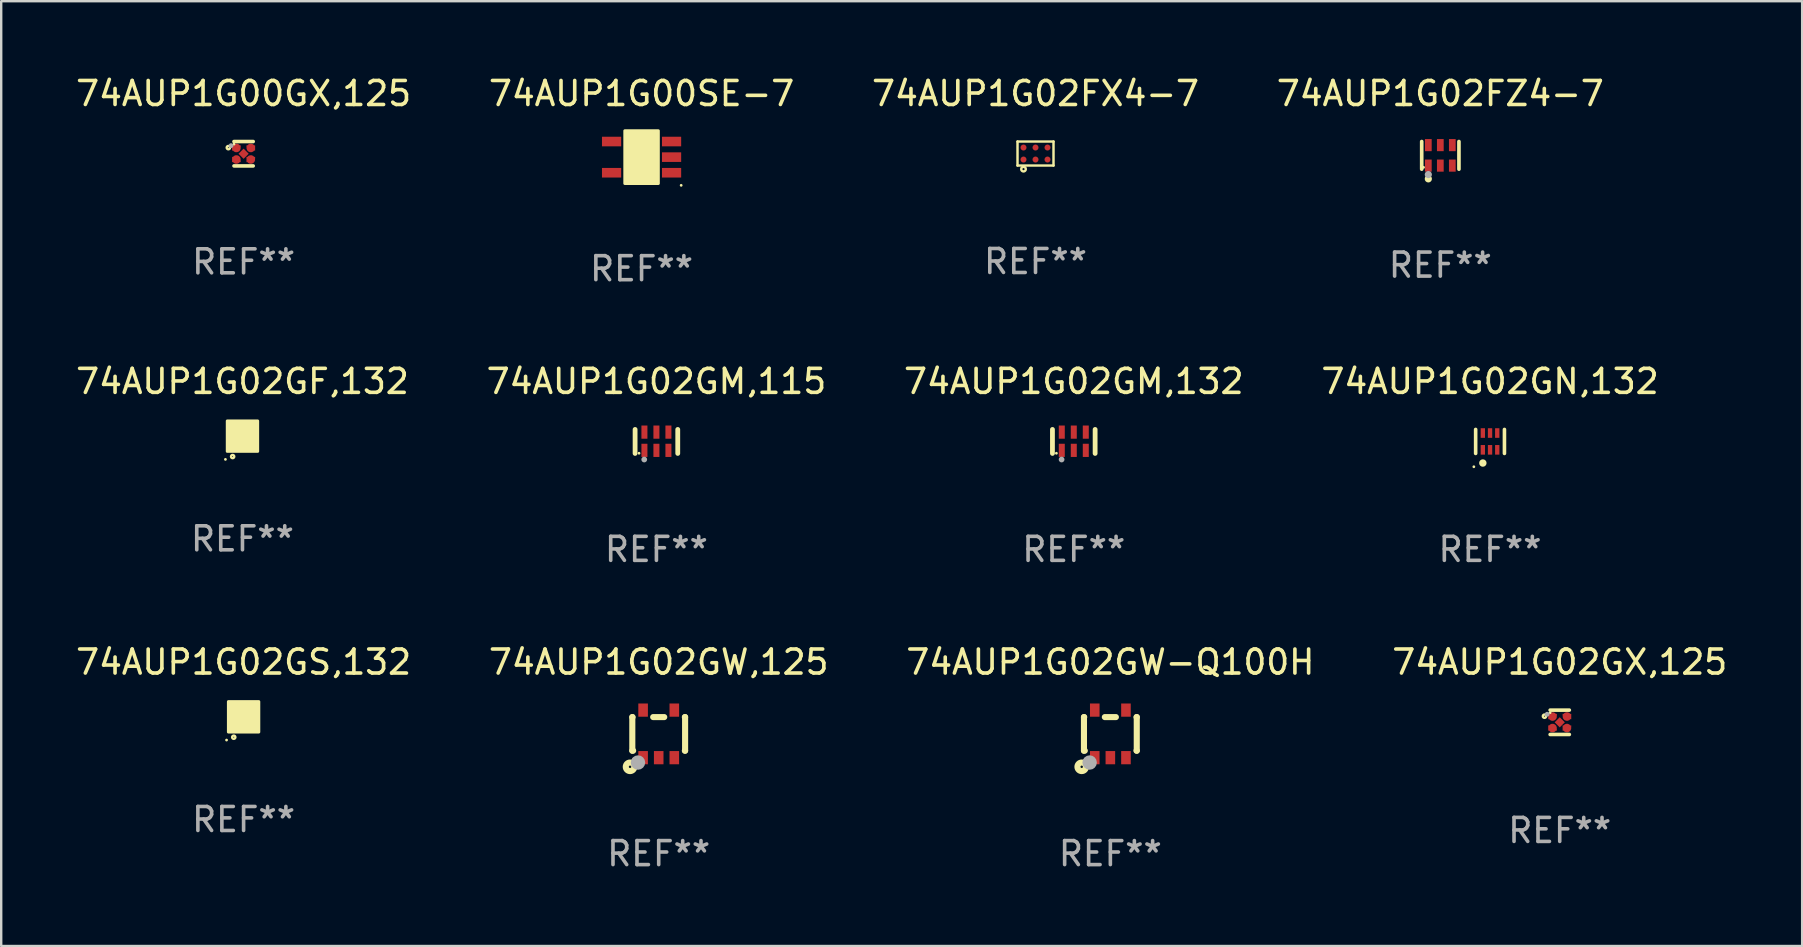
<source format=kicad_pcb>
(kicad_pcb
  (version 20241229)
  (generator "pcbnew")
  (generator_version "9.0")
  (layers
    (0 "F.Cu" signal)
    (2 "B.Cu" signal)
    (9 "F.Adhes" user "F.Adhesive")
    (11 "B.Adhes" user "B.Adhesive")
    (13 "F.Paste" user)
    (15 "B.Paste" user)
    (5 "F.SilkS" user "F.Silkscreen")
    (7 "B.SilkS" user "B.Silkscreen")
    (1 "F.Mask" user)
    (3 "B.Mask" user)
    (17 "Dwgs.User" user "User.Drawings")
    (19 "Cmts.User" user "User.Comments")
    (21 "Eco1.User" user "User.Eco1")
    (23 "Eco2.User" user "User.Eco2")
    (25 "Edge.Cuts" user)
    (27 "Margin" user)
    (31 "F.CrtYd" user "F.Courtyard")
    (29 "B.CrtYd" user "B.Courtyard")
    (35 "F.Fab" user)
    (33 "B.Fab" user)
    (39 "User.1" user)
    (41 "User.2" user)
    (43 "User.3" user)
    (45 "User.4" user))
  (footprint "74AUP1G02GM,132"
    (layer "F.Cu")
    (at 41.696 15.345)
    (property "Reference" "74AUP1G02GM,132" (at 0 -2.5 0) (layer "F.SilkS") (effects (font (size 1 1) (thickness 0.15))))
    (attr through_hole)
    (fp_line (start -0.889 0.5) (end -0.889 -0.5) (stroke (width 0.2) (type solid)) (layer "F.SilkS"))
    (fp_line (start 0.889 0.5) (end 0.889 -0.5) (stroke (width 0.2) (type solid)) (layer "F.SilkS"))
    (fp_circle (center -0.725 0.492) (end -0.695 0.492) (stroke (width 0.06) (type solid)) (fill no) (layer "F.SilkS"))
    (fp_circle (center -0.508 0.754) (end -0.448 0.754) (stroke (width 0.12) (type solid)) (fill no) (layer "F.Fab"))
    (fp_text user "REF**" (at 0 4.5 0) (layer "F.Fab") (effects (font (size 1 1) (thickness 0.15))))
    (pad "1" smd rect (at -0.5 0.372) (size 0.25 0.55) (layers "F.Cu" "F.Mask" "F.Paste"))
    (pad "2" smd rect (at -0.000127 0.372) (size 0.25 0.55) (layers "F.Cu" "F.Mask" "F.Paste"))
    (pad "3" smd rect (at 0.5 0.372) (size 0.25 0.55) (layers "F.Cu" "F.Mask" "F.Paste"))
    (pad "4" smd rect (at 0.5 -0.388 180) (size 0.25 0.55) (layers "F.Cu" "F.Mask" "F.Paste"))
    (pad "5" smd rect (at -0.000127 -0.388 180) (size 0.25 0.55) (layers "F.Cu" "F.Mask" "F.Paste"))
    (pad "6" smd rect (at -0.5 -0.388 180) (size 0.25 0.55) (layers "F.Cu" "F.Mask" "F.Paste")))
  (footprint "74AUP1G02GF,132"
    (layer "F.Cu")
    (at 7.054 15.125)
    (property "Reference" "74AUP1G02GF,132" (at 0 -2.28 0) (layer "F.SilkS") (effects (font (size 1 1) (thickness 0.15))))
    (attr through_hole)
    (fp_circle (center -0.71 0.968) (end -0.68 0.968) (stroke (width 0.06) (type solid)) (fill no) (layer "F.SilkS"))
    (fp_circle (center -0.41 0.85) (end -0.342 0.85) (stroke (width 0.1) (type solid)) (fill no) (layer "F.SilkS"))
    (fp_poly (pts (xy -0.635 -0.635) (xy 0.635 -0.635) (xy 0.635 0.635) (xy -0.635 0.635)) (stroke (width 0.12) (type solid)) (fill yes) (layer "F.SilkS"))
    (fp_text user "REF**" (at 0 4.28 0) (layer "F.Fab") (effects (font (size 1 1) (thickness 0.15))))
    (pad "1" smd rect (at -0.35 0.28 90) (size 0.35 0.2) (layers "F.Cu" "F.Mask" "F.Paste"))
    (pad "2" smd rect (at 0 0.28 90) (size 0.35 0.2) (layers "F.Cu" "F.Mask" "F.Paste"))
    (pad "3" smd rect (at 0.35 0.28 90) (size 0.35 0.2) (layers "F.Cu" "F.Mask" "F.Paste"))
    (pad "4" smd rect (at 0.35 -0.28 90) (size 0.35 0.2) (layers "F.Cu" "F.Mask" "F.Paste"))
    (pad "5" smd rect (at 0 -0.28 90) (size 0.35 0.2) (layers "F.Cu" "F.Mask" "F.Paste"))
    (pad "6" smd rect (at -0.35 -0.28 90) (size 0.35 0.2) (layers "F.Cu" "F.Mask" "F.Paste")))
  (footprint "74AUP1G02GW-Q100H"
    (layer "F.Cu")
    (at 43.22 27.532)
    (property "Reference" "74AUP1G02GW-Q100H" (at 0 -2.991 0) (layer "F.SilkS") (effects (font (size 1 1) (thickness 0.15))))
    (attr through_hole)
    (fp_line (start -1.1 -0.7) (end -1.1 0.7) (stroke (width 0.254) (type solid)) (layer "F.SilkS"))
    (fp_line (start -1.1 -0.7) (end -1.09 -0.7) (stroke (width 0.254) (type solid)) (layer "F.SilkS"))
    (fp_line (start -1.1 0.7) (end -1.065 0.7) (stroke (width 0.254) (type solid)) (layer "F.SilkS"))
    (fp_line (start -0.23 -0.7) (end 0.23 -0.7) (stroke (width 0.254) (type solid)) (layer "F.SilkS"))
    (fp_line (start 1.09 -0.7) (end 1.1 -0.7) (stroke (width 0.254) (type solid)) (layer "F.SilkS"))
    (fp_line (start 1.09 0.7) (end 1.1 0.7) (stroke (width 0.254) (type solid)) (layer "F.SilkS"))
    (fp_line (start 1.1 -0.7) (end 1.1 0.7) (stroke (width 0.254) (type solid)) (layer "F.SilkS"))
    (fp_circle (center -1.194 1.372) (end -1.143 1.372) (stroke (width 0.254) (type solid)) (fill no) (layer "F.SilkS"))
    (fp_circle (center -1.05 1.063) (end -1.02 1.063) (stroke (width 0.06) (type solid)) (fill no) (layer "F.SilkS"))
    (fp_circle (center -0.864 1.194) (end -0.713 1.194) (stroke (width 0.3) (type solid)) (fill no) (layer "F.Fab"))
    (fp_text user "REF**" (at 0 4.991 0) (layer "F.Fab") (effects (font (size 1 1) (thickness 0.15))))
    (pad "1" smd rect (at -0.65 0.991 180) (size 0.399 0.551) (layers "F.Cu" "F.Mask" "F.Paste"))
    (pad "2" smd rect (at 0 0.991 180) (size 0.399 0.551) (layers "F.Cu" "F.Mask" "F.Paste"))
    (pad "3" smd rect (at 0.65 0.991 180) (size 0.399 0.551) (layers "F.Cu" "F.Mask" "F.Paste"))
    (pad "4" smd rect (at 0.65 -0.991 180) (size 0.399 0.551) (layers "F.Cu" "F.Mask" "F.Paste"))
    (pad "5" smd rect (at -0.65 -0.991 180) (size 0.399 0.551) (layers "F.Cu" "F.Mask" "F.Paste")))
  (footprint "74AUP1G00GX,125"
    (layer "F.Cu")
    (at 7.101 3.356)
    (property "Reference" "74AUP1G00GX,125" (at 0 -2.508 0) (layer "F.SilkS") (effects (font (size 1 1) (thickness 0.15))))
    (attr through_hole)
    (fp_line (start 0.4 -0.508) (end -0.4 -0.508) (stroke (width 0.15) (type solid)) (layer "F.SilkS"))
    (fp_line (start 0.4 0.508) (end -0.4 0.508) (stroke (width 0.15) (type solid)) (layer "F.SilkS"))
    (fp_circle (center -0.635 -0.254) (end -0.615 -0.254) (stroke (width 0.1) (type solid)) (fill no) (layer "F.SilkS"))
    (fp_circle (center -0.401 -0.4) (end -0.371 -0.4) (stroke (width 0.06) (type solid)) (fill no) (layer "F.SilkS"))
    (fp_circle (center -0.523 -0.337) (end -0.473 -0.337) (stroke (width 0.1) (type solid)) (fill no) (layer "F.Fab"))
    (fp_text user "REF**" (at 0 4.508 0) (layer "F.Fab") (effects (font (size 1 1) (thickness 0.15))))
    (pad "1" smd custom (at -0.3 -0.24) (size 0.36 0.22) (layers "F.Cu" "F.Mask" "F.Paste") (options (anchor circle)) (primitives (gr_poly (pts (xy -0.18 -0.11) (xy -0.18 0.11) (xy 0.000127 0.11) (xy 0.18 -0.03) (xy 0.18 -0.11) (xy -0.18 -0.11)) (width 0) (fill yes))))
    (pad "2" smd custom (at -0.3 0.24) (size 0.36 0.22) (layers "F.Cu" "F.Mask" "F.Paste") (options (anchor circle)) (primitives (gr_poly (pts (xy -0.18 0.11) (xy -0.18 -0.11) (xy 0.000127 -0.11) (xy 0.18 0.03) (xy 0.18 0.11) (xy -0.18 0.11)) (width 0) (fill yes))))
    (pad "3" smd rect (at 0.000102 -0.000127 45) (size 0.3 0.3) (layers "F.Cu" "F.Mask" "F.Paste"))
    (pad "4" smd custom (at 0.3 0.24 180) (size 0.36 0.22) (layers "F.Cu" "F.Mask" "F.Paste") (options (anchor circle)) (primitives (gr_poly (pts (xy 0.18 0.11) (xy 0.18 -0.11) (xy -0.000178 -0.11) (xy -0.18 0.03) (xy -0.18 0.11) (xy 0.18 0.11)) (width 0) (fill yes))))
    (pad "5" smd custom (at 0.3 -0.24) (size 0.36 0.22) (layers "F.Cu" "F.Mask" "F.Paste") (options (anchor circle)) (primitives (gr_poly (pts (xy 0.18 -0.11) (xy 0.18 0.11) (xy -0.000152 0.11) (xy -0.18 -0.03) (xy -0.18 -0.11) (xy 0.18 -0.11)) (width 0) (fill yes)))))
  (footprint "74AUP1G02GM,115"
    (layer "F.Cu")
    (at 24.304 15.345)
    (property "Reference" "74AUP1G02GM,115" (at 0 -2.5 0) (layer "F.SilkS") (effects (font (size 1 1) (thickness 0.15))))
    (attr through_hole)
    (fp_line (start -0.889 0.5) (end -0.889 -0.5) (stroke (width 0.2) (type solid)) (layer "F.SilkS"))
    (fp_line (start 0.889 0.5) (end 0.889 -0.5) (stroke (width 0.2) (type solid)) (layer "F.SilkS"))
    (fp_circle (center -0.725 0.492) (end -0.695 0.492) (stroke (width 0.06) (type solid)) (fill no) (layer "F.SilkS"))
    (fp_circle (center -0.508 0.754) (end -0.448 0.754) (stroke (width 0.12) (type solid)) (fill no) (layer "F.Fab"))
    (fp_text user "REF**" (at 0 4.5 0) (layer "F.Fab") (effects (font (size 1 1) (thickness 0.15))))
    (pad "1" smd rect (at -0.5 0.372) (size 0.25 0.55) (layers "F.Cu" "F.Mask" "F.Paste"))
    (pad "2" smd rect (at -0.000127 0.372) (size 0.25 0.55) (layers "F.Cu" "F.Mask" "F.Paste"))
    (pad "3" smd rect (at 0.5 0.372) (size 0.25 0.55) (layers "F.Cu" "F.Mask" "F.Paste"))
    (pad "4" smd rect (at 0.5 -0.388 180) (size 0.25 0.55) (layers "F.Cu" "F.Mask" "F.Paste"))
    (pad "5" smd rect (at -0.000127 -0.388 180) (size 0.25 0.55) (layers "F.Cu" "F.Mask" "F.Paste"))
    (pad "6" smd rect (at -0.5 -0.388 180) (size 0.25 0.55) (layers "F.Cu" "F.Mask" "F.Paste")))
  (footprint "74AUP1G02GS,132"
    (layer "F.Cu")
    (at 7.101 26.821)
    (property "Reference" "74AUP1G02GS,132" (at 0 -2.28 0) (layer "F.SilkS") (effects (font (size 1 1) (thickness 0.15))))
    (attr through_hole)
    (fp_circle (center -0.71 0.968) (end -0.68 0.968) (stroke (width 0.06) (type solid)) (fill no) (layer "F.SilkS"))
    (fp_circle (center -0.41 0.85) (end -0.342 0.85) (stroke (width 0.1) (type solid)) (fill no) (layer "F.SilkS"))
    (fp_poly (pts (xy -0.635 -0.635) (xy 0.635 -0.635) (xy 0.635 0.635) (xy -0.635 0.635)) (stroke (width 0.12) (type solid)) (fill yes) (layer "F.SilkS"))
    (fp_text user "REF**" (at 0 4.28 0) (layer "F.Fab") (effects (font (size 1 1) (thickness 0.15))))
    (pad "1" smd rect (at -0.35 0.28 90) (size 0.35 0.2) (layers "F.Cu" "F.Mask" "F.Paste"))
    (pad "2" smd rect (at 0 0.28 90) (size 0.35 0.2) (layers "F.Cu" "F.Mask" "F.Paste"))
    (pad "3" smd rect (at 0.35 0.28 90) (size 0.35 0.2) (layers "F.Cu" "F.Mask" "F.Paste"))
    (pad "4" smd rect (at 0.35 -0.28 90) (size 0.35 0.2) (layers "F.Cu" "F.Mask" "F.Paste"))
    (pad "5" smd rect (at 0 -0.28 90) (size 0.35 0.2) (layers "F.Cu" "F.Mask" "F.Paste"))
    (pad "6" smd rect (at -0.35 -0.28 90) (size 0.35 0.2) (layers "F.Cu" "F.Mask" "F.Paste")))
  (footprint "74AUP1G00SE-7"
    (layer "F.Cu")
    (at 23.685 3.498)
    (property "Reference" "74AUP1G00SE-7" (at 0 -2.65 0) (layer "F.SilkS") (effects (font (size 1 1) (thickness 0.15))))
    (attr through_hole)
    (fp_arc (start 0.381001 0.637541) (mid 0.380995 0.636271) (end 0.381001 0.635001) (stroke (width 0.24892) (type solid)) (layer "F.SilkS"))
    (fp_circle (center 1.65 1.175) (end 1.68 1.175) (stroke (width 0.06) (type solid)) (fill no) (layer "F.SilkS"))
    (fp_poly (pts (xy -0.7 -1.1) (xy 0.7 -1.1) (xy 0.7 1.1) (xy -0.7 1.1)) (stroke (width 0.12) (type solid)) (fill yes) (layer "F.SilkS"))
    (fp_text user "REF**" (at 0 4.65 0) (layer "F.Fab") (effects (font (size 1 1) (thickness 0.15))))
    (pad "1" smd rect (at 1.25 0.65 270) (size 0.4 0.8) (layers "F.Cu" "F.Mask" "F.Paste"))
    (pad "2" smd rect (at 1.25 0 270) (size 0.4 0.8) (layers "F.Cu" "F.Mask" "F.Paste"))
    (pad "3" smd rect (at 1.25 -0.65 270) (size 0.4 0.8) (layers "F.Cu" "F.Mask" "F.Paste"))
    (pad "4" smd rect (at -1.25 -0.65 270) (size 0.4 0.8) (layers "F.Cu" "F.Mask" "F.Paste"))
    (pad "5" smd rect (at -1.25 0.65 270) (size 0.4 0.8) (layers "F.Cu" "F.Mask" "F.Paste")))
  (footprint "74AUP1G02GX,125"
    (layer "F.Cu")
    (at 61.946 27.049)
    (property "Reference" "74AUP1G02GX,125" (at 0 -2.508 0) (layer "F.SilkS") (effects (font (size 1 1) (thickness 0.15))))
    (attr through_hole)
    (fp_line (start 0.4 -0.508) (end -0.4 -0.508) (stroke (width 0.15) (type solid)) (layer "F.SilkS"))
    (fp_line (start 0.4 0.508) (end -0.4 0.508) (stroke (width 0.15) (type solid)) (layer "F.SilkS"))
    (fp_circle (center -0.635 -0.254) (end -0.615 -0.254) (stroke (width 0.1) (type solid)) (fill no) (layer "F.SilkS"))
    (fp_circle (center -0.401 -0.4) (end -0.371 -0.4) (stroke (width 0.06) (type solid)) (fill no) (layer "F.SilkS"))
    (fp_circle (center -0.523 -0.337) (end -0.473 -0.337) (stroke (width 0.1) (type solid)) (fill no) (layer "F.Fab"))
    (fp_text user "REF**" (at 0 4.508 0) (layer "F.Fab") (effects (font (size 1 1) (thickness 0.15))))
    (pad "1" smd custom (at -0.3 -0.24) (size 0.36 0.22) (layers "F.Cu" "F.Mask" "F.Paste") (options (anchor circle)) (primitives (gr_poly (pts (xy -0.18 -0.11) (xy -0.18 0.11) (xy 0.000127 0.11) (xy 0.18 -0.03) (xy 0.18 -0.11) (xy -0.18 -0.11)) (width 0) (fill yes))))
    (pad "2" smd custom (at -0.3 0.24) (size 0.36 0.22) (layers "F.Cu" "F.Mask" "F.Paste") (options (anchor circle)) (primitives (gr_poly (pts (xy -0.18 0.11) (xy -0.18 -0.11) (xy 0.000127 -0.11) (xy 0.18 0.03) (xy 0.18 0.11) (xy -0.18 0.11)) (width 0) (fill yes))))
    (pad "3" smd rect (at 0.000102 -0.000127 45) (size 0.3 0.3) (layers "F.Cu" "F.Mask" "F.Paste"))
    (pad "4" smd custom (at 0.3 0.24 180) (size 0.36 0.22) (layers "F.Cu" "F.Mask" "F.Paste") (options (anchor circle)) (primitives (gr_poly (pts (xy 0.18 0.11) (xy 0.18 -0.11) (xy -0.000178 -0.11) (xy -0.18 0.03) (xy -0.18 0.11) (xy 0.18 0.11)) (width 0) (fill yes))))
    (pad "5" smd custom (at 0.3 -0.24) (size 0.36 0.22) (layers "F.Cu" "F.Mask" "F.Paste") (options (anchor circle)) (primitives (gr_poly (pts (xy 0.18 -0.11) (xy 0.18 0.11) (xy -0.000152 0.11) (xy -0.18 -0.03) (xy -0.18 -0.11) (xy 0.18 -0.11)) (width 0) (fill yes)))))
  (footprint "74AUP1G02GN,132"
    (layer "F.Cu")
    (at 59.042 15.345)
    (property "Reference" "74AUP1G02GN,132" (at 0 -2.5 0) (layer "F.SilkS") (effects (font (size 1 1) (thickness 0.15))))
    (attr through_hole)
    (fp_line (start -0.6 -0.5) (end -0.6 0.5) (stroke (width 0.15) (type solid)) (layer "F.SilkS"))
    (fp_line (start 0.6 0.5) (end 0.6 -0.5) (stroke (width 0.15) (type solid)) (layer "F.SilkS"))
    (fp_circle (center -0.675 1.055) (end -0.645 1.055) (stroke (width 0.06) (type solid)) (fill no) (layer "F.SilkS"))
    (fp_circle (center -0.3 0.9) (end -0.22 0.9) (stroke (width 0.15) (type solid)) (fill no) (layer "F.SilkS"))
    (fp_text user "REF**" (at 0 4.5 0) (layer "F.Fab") (effects (font (size 1 1) (thickness 0.15))))
    (pad "1" smd rect (at -0.3 0.35) (size 0.18 0.4) (layers "F.Cu" "F.Mask" "F.Paste"))
    (pad "2" smd rect (at 0.000025 0.35) (size 0.18 0.4) (layers "F.Cu" "F.Mask" "F.Paste"))
    (pad "3" smd rect (at 0.3 0.35) (size 0.18 0.4) (layers "F.Cu" "F.Mask" "F.Paste"))
    (pad "4" smd rect (at 0.3 -0.35) (size 0.18 0.4) (layers "F.Cu" "F.Mask" "F.Paste"))
    (pad "5" smd rect (at 0.000025 -0.35) (size 0.18 0.4) (layers "F.Cu" "F.Mask" "F.Paste"))
    (pad "6" smd rect (at -0.3 -0.35) (size 0.18 0.4) (layers "F.Cu" "F.Mask" "F.Paste")))
  (footprint "74AUP1G02FX4-7"
    (layer "F.Cu")
    (at 40.101 3.348)
    (property "Reference" "74AUP1G02FX4-7" (at 0 -2.5 0) (layer "F.SilkS") (effects (font (size 1 1) (thickness 0.15))))
    (attr through_hole)
    (fp_line (start -0.75 -0.5) (end 0.75 -0.5) (stroke (width 0.102) (type solid)) (layer "F.SilkS"))
    (fp_line (start -0.75 0.5) (end -0.75 -0.5) (stroke (width 0.102) (type solid)) (layer "F.SilkS"))
    (fp_line (start -0.75 0.5) (end 0.75 0.5) (stroke (width 0.102) (type solid)) (layer "F.SilkS"))
    (fp_line (start 0.75 -0.5) (end 0.75 0.5) (stroke (width 0.102) (type solid)) (layer "F.SilkS"))
    (fp_circle (center -0.5 0.65) (end -0.455 0.65) (stroke (width 0.102) (type solid)) (fill no) (layer "F.SilkS"))
    (fp_text user "REF**" (at 0 4.5 0) (layer "F.Fab") (effects (font (size 1 1) (thickness 0.15))))
    (pad "1" smd circle (at -0.5 0.25) (size 0.25 0.25) (layers "F.Cu" "F.Mask" "F.Paste"))
    (pad "2" smd circle (at 0 0.25) (size 0.25 0.25) (layers "F.Cu" "F.Mask" "F.Paste"))
    (pad "3" smd circle (at 0.5 0.25) (size 0.25 0.25) (layers "F.Cu" "F.Mask" "F.Paste"))
    (pad "4" smd circle (at 0.5 -0.25) (size 0.25 0.25) (layers "F.Cu" "F.Mask" "F.Paste"))
    (pad "5" smd circle (at 0 -0.25) (size 0.25 0.25) (layers "F.Cu" "F.Mask" "F.Paste"))
    (pad "6" smd circle (at -0.5 -0.25) (size 0.25 0.25) (layers "F.Cu" "F.Mask" "F.Paste")))
  (footprint "74AUP1G02GW,125"
    (layer "F.Cu")
    (at 24.399 27.532)
    (property "Reference" "74AUP1G02GW,125" (at 0 -2.991 0) (layer "F.SilkS") (effects (font (size 1 1) (thickness 0.15))))
    (attr through_hole)
    (fp_line (start -1.1 -0.7) (end -1.1 0.7) (stroke (width 0.254) (type solid)) (layer "F.SilkS"))
    (fp_line (start -1.1 -0.7) (end -1.09 -0.7) (stroke (width 0.254) (type solid)) (layer "F.SilkS"))
    (fp_line (start -1.1 0.7) (end -1.065 0.7) (stroke (width 0.254) (type solid)) (layer "F.SilkS"))
    (fp_line (start -0.23 -0.7) (end 0.23 -0.7) (stroke (width 0.254) (type solid)) (layer "F.SilkS"))
    (fp_line (start 1.09 -0.7) (end 1.1 -0.7) (stroke (width 0.254) (type solid)) (layer "F.SilkS"))
    (fp_line (start 1.09 0.7) (end 1.1 0.7) (stroke (width 0.254) (type solid)) (layer "F.SilkS"))
    (fp_line (start 1.1 -0.7) (end 1.1 0.7) (stroke (width 0.254) (type solid)) (layer "F.SilkS"))
    (fp_circle (center -1.194 1.372) (end -1.143 1.372) (stroke (width 0.254) (type solid)) (fill no) (layer "F.SilkS"))
    (fp_circle (center -1.05 1.063) (end -1.02 1.063) (stroke (width 0.06) (type solid)) (fill no) (layer "F.SilkS"))
    (fp_circle (center -0.864 1.194) (end -0.713 1.194) (stroke (width 0.3) (type solid)) (fill no) (layer "F.Fab"))
    (fp_text user "REF**" (at 0 4.991 0) (layer "F.Fab") (effects (font (size 1 1) (thickness 0.15))))
    (pad "1" smd rect (at -0.65 0.991 180) (size 0.399 0.551) (layers "F.Cu" "F.Mask" "F.Paste"))
    (pad "2" smd rect (at 0 0.991 180) (size 0.399 0.551) (layers "F.Cu" "F.Mask" "F.Paste"))
    (pad "3" smd rect (at 0.65 0.991 180) (size 0.399 0.551) (layers "F.Cu" "F.Mask" "F.Paste"))
    (pad "4" smd rect (at 0.65 -0.991 180) (size 0.399 0.551) (layers "F.Cu" "F.Mask" "F.Paste"))
    (pad "5" smd rect (at -0.65 -0.991 180) (size 0.399 0.551) (layers "F.Cu" "F.Mask" "F.Paste")))
  (footprint "74AUP1G02FZ4-7"
    (layer "F.Cu")
    (at 56.97 3.424)
    (property "Reference" "74AUP1G02FZ4-7" (at 0 -2.576 0) (layer "F.SilkS") (effects (font (size 1 1) (thickness 0.15))))
    (attr through_hole)
    (fp_line (start -0.776 0.576) (end -0.776 -0.576) (stroke (width 0.152) (type solid)) (layer "F.SilkS"))
    (fp_line (start 0.776 0.576) (end 0.776 -0.576) (stroke (width 0.152) (type solid)) (layer "F.SilkS"))
    (fp_circle (center -0.7 0.5) (end -0.67 0.5) (stroke (width 0.06) (type solid)) (fill no) (layer "F.SilkS"))
    (fp_circle (center -0.5 0.98) (end -0.425 0.98) (stroke (width 0.15) (type solid)) (fill no) (layer "F.SilkS"))
    (fp_circle (center -0.5 0.8) (end -0.425 0.8) (stroke (width 0.15) (type solid)) (fill no) (layer "F.Fab"))
    (fp_text user "REF**" (at 0 4.576 0) (layer "F.Fab") (effects (font (size 1 1) (thickness 0.15))))
    (pad "1" smd rect (at -0.5 0.427) (size 0.28 0.505) (layers "F.Cu" "F.Mask" "F.Paste"))
    (pad "2" smd rect (at 0 0.427) (size 0.28 0.505) (layers "F.Cu" "F.Mask" "F.Paste"))
    (pad "3" smd rect (at 0.5 0.427) (size 0.28 0.505) (layers "F.Cu" "F.Mask" "F.Paste"))
    (pad "4" smd rect (at 0.5 -0.427) (size 0.28 0.505) (layers "F.Cu" "F.Mask" "F.Paste"))
    (pad "5" smd rect (at 0 -0.427) (size 0.28 0.505) (layers "F.Cu" "F.Mask" "F.Paste"))
    (pad "6" smd rect (at -0.5 -0.427) (size 0.28 0.505) (layers "F.Cu" "F.Mask" "F.Paste")))
  (gr_rect
    (start -3 -3)
    (end 72.048 36.371)
    (stroke (width 0.1) (type default))
    (fill no)
    (layer "Edge.Cuts")))
</source>
